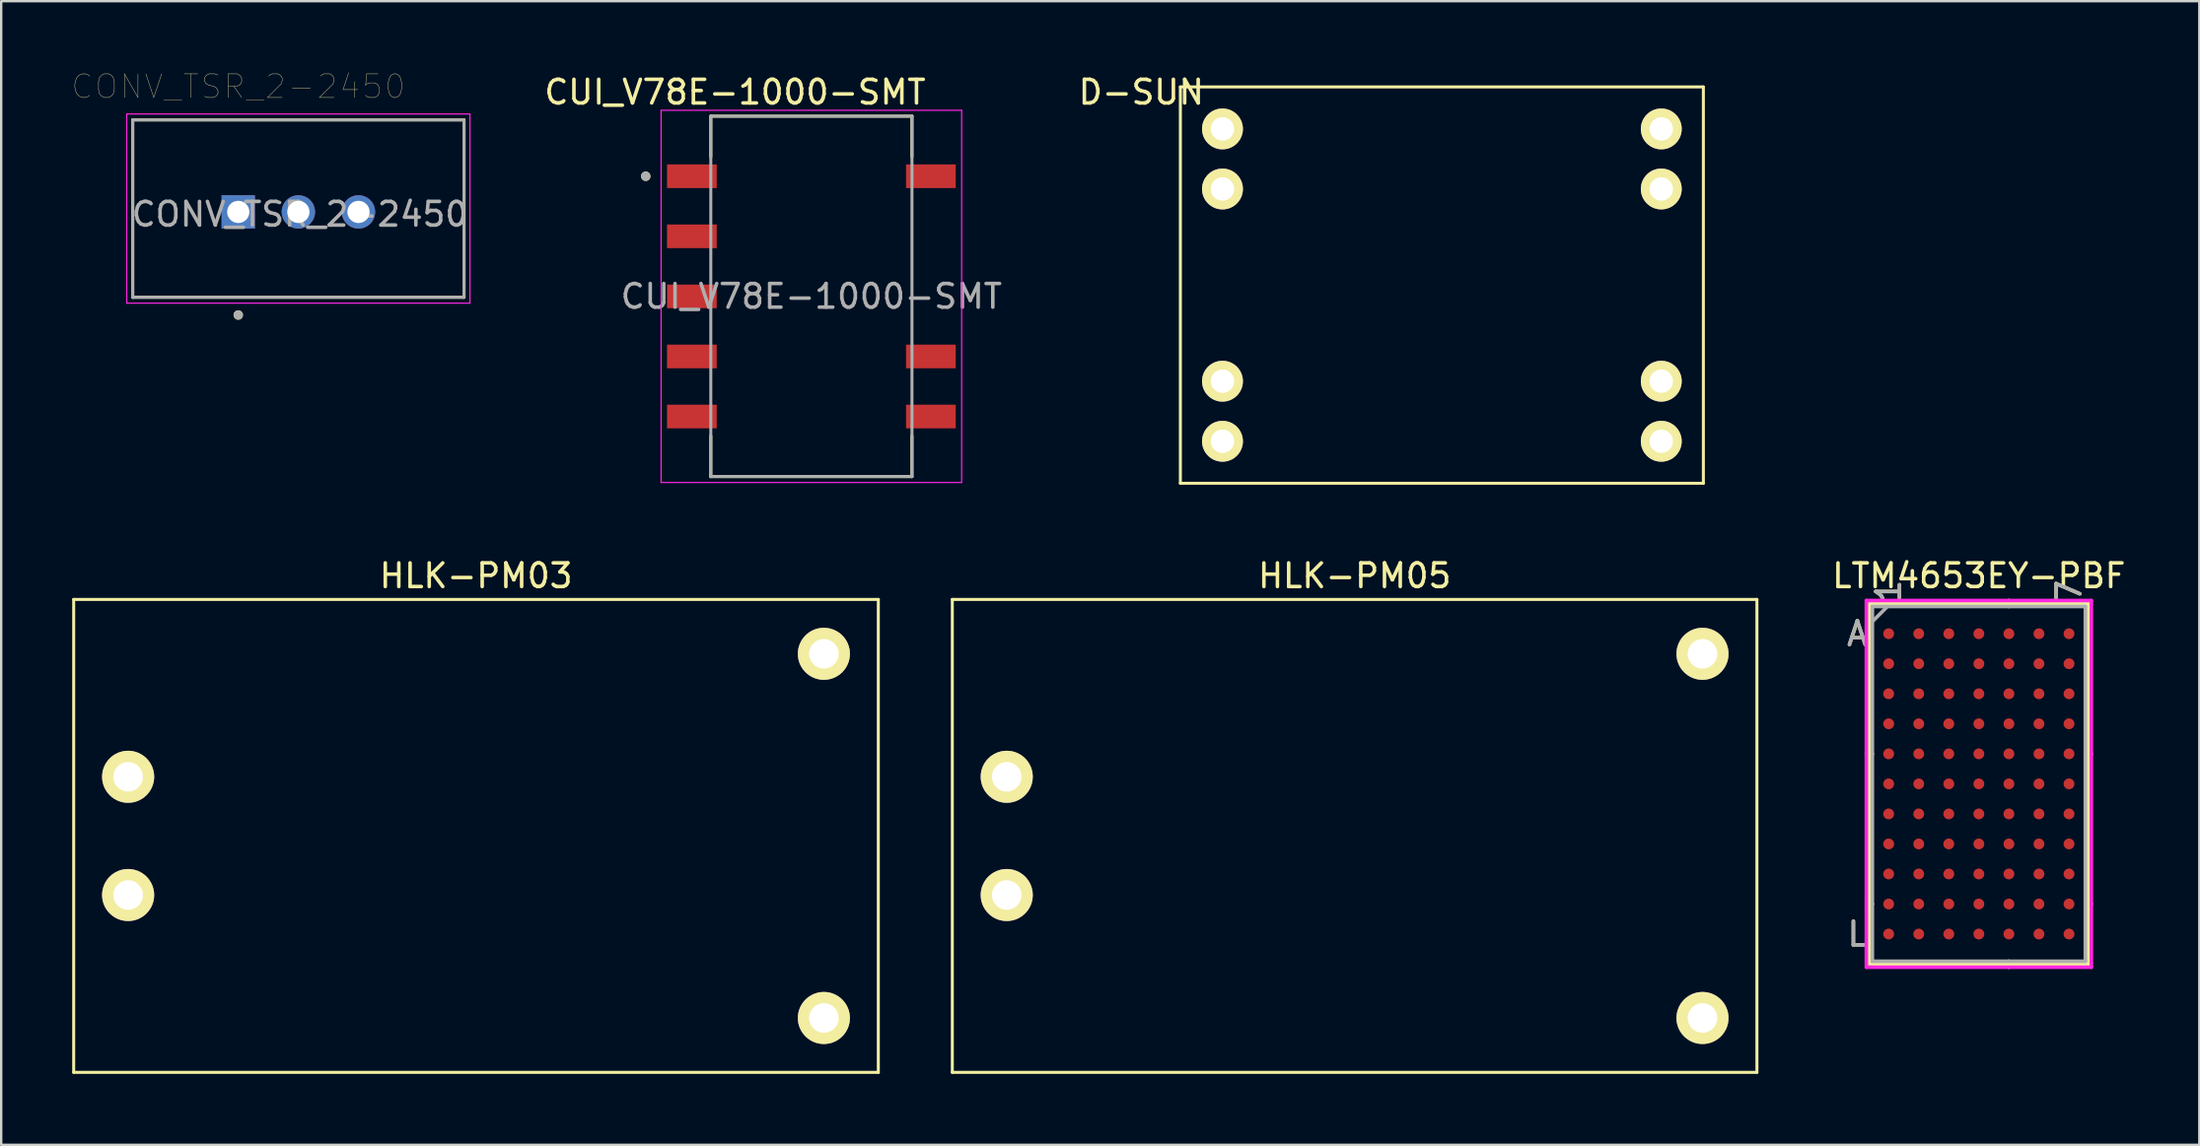
<source format=kicad_pcb>
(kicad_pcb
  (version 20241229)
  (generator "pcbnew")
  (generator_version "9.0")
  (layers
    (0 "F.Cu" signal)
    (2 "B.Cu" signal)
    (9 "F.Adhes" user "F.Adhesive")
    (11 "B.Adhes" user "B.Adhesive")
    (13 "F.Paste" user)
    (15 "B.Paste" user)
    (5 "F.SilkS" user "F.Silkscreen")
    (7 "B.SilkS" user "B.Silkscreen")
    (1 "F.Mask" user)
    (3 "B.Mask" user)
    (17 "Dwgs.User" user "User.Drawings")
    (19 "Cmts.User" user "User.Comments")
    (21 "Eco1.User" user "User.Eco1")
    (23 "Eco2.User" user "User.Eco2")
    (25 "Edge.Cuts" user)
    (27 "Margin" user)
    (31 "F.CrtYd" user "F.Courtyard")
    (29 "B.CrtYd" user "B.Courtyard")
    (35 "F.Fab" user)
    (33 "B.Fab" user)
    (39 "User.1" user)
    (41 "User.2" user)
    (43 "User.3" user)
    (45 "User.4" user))
  (footprint "CONV_TSR_2-2450"
    (layer "F.Cu")
    (at 7.018 5.911)
    (property "Reference" "CONV_TSR_2-2450" (at 0 -5.3 0) (layer "F.SilkS") (effects (font (size 1 1) (thickness 0.015))))
    (attr through_hole)
    (fp_line (start -4.46 -3.89) (end 9.54 -3.89) (stroke (width 0.127) (type solid)) (layer "F.SilkS"))
    (fp_line (start -4.46 3.61) (end -4.46 -3.89) (stroke (width 0.127) (type solid)) (layer "F.SilkS"))
    (fp_line (start 9.54 -3.89) (end 9.54 3.61) (stroke (width 0.127) (type solid)) (layer "F.SilkS"))
    (fp_line (start 9.54 3.61) (end -4.46 3.61) (stroke (width 0.127) (type solid)) (layer "F.SilkS"))
    (fp_circle (center 0 4.36) (end 0.1 4.36) (stroke (width 0.2) (type solid)) (fill no) (layer "F.SilkS"))
    (fp_line (start -4.71 -4.14) (end 9.79 -4.14) (stroke (width 0.05) (type solid)) (layer "F.CrtYd"))
    (fp_line (start -4.71 3.86) (end -4.71 -4.14) (stroke (width 0.05) (type solid)) (layer "F.CrtYd"))
    (fp_line (start 9.79 -4.14) (end 9.79 3.86) (stroke (width 0.05) (type solid)) (layer "F.CrtYd"))
    (fp_line (start 9.79 3.86) (end -4.71 3.86) (stroke (width 0.05) (type solid)) (layer "F.CrtYd"))
    (fp_line (start -4.46 -3.89) (end 9.54 -3.89) (stroke (width 0.127) (type solid)) (layer "F.Fab"))
    (fp_line (start -4.46 3.61) (end -4.46 -3.89) (stroke (width 0.127) (type solid)) (layer "F.Fab"))
    (fp_line (start 9.54 -3.89) (end 9.54 3.61) (stroke (width 0.127) (type solid)) (layer "F.Fab"))
    (fp_line (start 9.54 3.61) (end -4.46 3.61) (stroke (width 0.127) (type solid)) (layer "F.Fab"))
    (fp_circle (center 0 4.36) (end 0.1 4.36) (stroke (width 0.2) (type solid)) (fill no) (layer "F.Fab"))
    (fp_text user "${REFERENCE}" (at 2.6 0.1 0) (layer "F.Fab") (effects (font (size 1 1) (thickness 0.15))))
    (pad "1" thru_hole rect (at 0 0) (size 1.41 1.41) (drill 0.94) (layers "*.Cu" "*.Mask"))
    (pad "2" thru_hole circle (at 2.54 0) (size 1.41 1.41) (drill 0.94) (layers "*.Cu" "*.Mask"))
    (pad "3" thru_hole circle (at 5.08 0) (size 1.41 1.41) (drill 0.94) (layers "*.Cu" "*.Mask")))
  (footprint "LTM4653EY-PBF"
    (layer "F.Cu")
    (at 80.569 30.098)
    (property "Reference" "LTM4653EY-PBF" (at 0 -8.8 0) (layer "F.SilkS") (effects (font (size 1 1) (thickness 0.15))))
    (attr through_hole)
    (fp_line (start -4.627 -7.627) (end -4.627 7.627) (stroke (width 0.152) (type solid)) (layer "F.SilkS"))
    (fp_line (start -4.627 7.627) (end 4.627 7.627) (stroke (width 0.152) (type solid)) (layer "F.SilkS"))
    (fp_line (start -4.5 -1.27) (end -4.754 -1.27) (stroke (width 0.152) (type solid)) (layer "F.SilkS"))
    (fp_line (start -4.5 5.08) (end -4.754 5.08) (stroke (width 0.152) (type solid)) (layer "F.SilkS"))
    (fp_line (start 1.27 -7.5) (end 1.27 -7.754) (stroke (width 0.152) (type solid)) (layer "F.SilkS"))
    (fp_line (start 1.27 7.5) (end 1.27 7.754) (stroke (width 0.152) (type solid)) (layer "F.SilkS"))
    (fp_line (start 4.5 -1.27) (end 4.754 -1.27) (stroke (width 0.152) (type solid)) (layer "F.SilkS"))
    (fp_line (start 4.5 5.08) (end 4.754 5.08) (stroke (width 0.152) (type solid)) (layer "F.SilkS"))
    (fp_line (start 4.627 -7.627) (end -4.627 -7.627) (stroke (width 0.152) (type solid)) (layer "F.SilkS"))
    (fp_line (start 4.627 7.627) (end 4.627 -7.627) (stroke (width 0.152) (type solid)) (layer "F.SilkS"))
    (fp_line (start -4.754 -7.754) (end 4.754 -7.754) (stroke (width 0.152) (type solid)) (layer "F.CrtYd"))
    (fp_line (start -4.754 7.754) (end -4.754 -7.754) (stroke (width 0.152) (type solid)) (layer "F.CrtYd"))
    (fp_line (start 4.754 -7.754) (end 4.754 7.754) (stroke (width 0.152) (type solid)) (layer "F.CrtYd"))
    (fp_line (start 4.754 7.754) (end -4.754 7.754) (stroke (width 0.152) (type solid)) (layer "F.CrtYd"))
    (fp_line (start -4.5 -7.5) (end -4.5 7.5) (stroke (width 0.152) (type solid)) (layer "F.Fab"))
    (fp_line (start -4.5 7.5) (end 4.5 7.5) (stroke (width 0.152) (type solid)) (layer "F.Fab"))
    (fp_line (start -3.865 -7.5) (end -4.5 -6.865) (stroke (width 0.152) (type solid)) (layer "F.Fab"))
    (fp_line (start 4.5 -7.5) (end -4.5 -7.5) (stroke (width 0.152) (type solid)) (layer "F.Fab"))
    (fp_line (start 4.5 7.5) (end 4.5 -7.5) (stroke (width 0.152) (type solid)) (layer "F.Fab"))
    (fp_text user "L" (at -5.135 6.35 0) (layer "F.SilkS") (effects (font (size 1 1) (thickness 0.15))))
    (fp_text user "7" (at 3.81 -8.135 90) (layer "F.SilkS") (effects (font (size 1 1) (thickness 0.15))))
    (fp_text user "A" (at -5.135 -6.35 0) (layer "F.SilkS") (effects (font (size 1 1) (thickness 0.15))))
    (fp_text user "1" (at -3.81 -8.135 90) (layer "F.SilkS") (effects (font (size 1 1) (thickness 0.15))))
    (fp_text user "7" (at 3.81 -8.135 90) (layer "F.Fab") (effects (font (size 1 1) (thickness 0.15))))
    (fp_text user "A" (at -5.135 -6.35 0) (layer "F.Fab") (effects (font (size 1 1) (thickness 0.15))))
    (fp_text user "1" (at -3.81 -8.135 90) (layer "F.Fab") (effects (font (size 1 1) (thickness 0.15))))
    (fp_text user "L" (at -5.135 6.35 0) (layer "F.Fab") (effects (font (size 1 1) (thickness 0.15))))
    (pad "A1" smd circle (at -3.81 -6.35) (size 0.457 0.457) (layers "F.Cu" "F.Mask" "F.Paste"))
    (pad "A2" smd circle (at -2.54 -6.35) (size 0.457 0.457) (layers "F.Cu" "F.Mask" "F.Paste"))
    (pad "A3" smd circle (at -1.27 -6.35) (size 0.457 0.457) (layers "F.Cu" "F.Mask" "F.Paste"))
    (pad "A4" smd circle (at 0 -6.35) (size 0.457 0.457) (layers "F.Cu" "F.Mask" "F.Paste"))
    (pad "A5" smd circle (at 1.27 -6.35) (size 0.457 0.457) (layers "F.Cu" "F.Mask" "F.Paste"))
    (pad "A6" smd circle (at 2.54 -6.35) (size 0.457 0.457) (layers "F.Cu" "F.Mask" "F.Paste"))
    (pad "A7" smd circle (at 3.81 -6.35) (size 0.457 0.457) (layers "F.Cu" "F.Mask" "F.Paste"))
    (pad "B1" smd circle (at -3.81 -5.08) (size 0.457 0.457) (layers "F.Cu" "F.Mask" "F.Paste"))
    (pad "B2" smd circle (at -2.54 -5.08) (size 0.457 0.457) (layers "F.Cu" "F.Mask" "F.Paste"))
    (pad "B3" smd circle (at -1.27 -5.08) (size 0.457 0.457) (layers "F.Cu" "F.Mask" "F.Paste"))
    (pad "B4" smd circle (at 0 -5.08) (size 0.457 0.457) (layers "F.Cu" "F.Mask" "F.Paste"))
    (pad "B5" smd circle (at 1.27 -5.08) (size 0.457 0.457) (layers "F.Cu" "F.Mask" "F.Paste"))
    (pad "B6" smd circle (at 2.54 -5.08) (size 0.457 0.457) (layers "F.Cu" "F.Mask" "F.Paste"))
    (pad "B7" smd circle (at 3.81 -5.08) (size 0.457 0.457) (layers "F.Cu" "F.Mask" "F.Paste"))
    (pad "C1" smd circle (at -3.81 -3.81) (size 0.457 0.457) (layers "F.Cu" "F.Mask" "F.Paste"))
    (pad "C2" smd circle (at -2.54 -3.81) (size 0.457 0.457) (layers "F.Cu" "F.Mask" "F.Paste"))
    (pad "C3" smd circle (at -1.27 -3.81) (size 0.457 0.457) (layers "F.Cu" "F.Mask" "F.Paste"))
    (pad "C4" smd circle (at 0 -3.81) (size 0.457 0.457) (layers "F.Cu" "F.Mask" "F.Paste"))
    (pad "C5" smd circle (at 1.27 -3.81) (size 0.457 0.457) (layers "F.Cu" "F.Mask" "F.Paste"))
    (pad "C6" smd circle (at 2.54 -3.81) (size 0.457 0.457) (layers "F.Cu" "F.Mask" "F.Paste"))
    (pad "C7" smd circle (at 3.81 -3.81) (size 0.457 0.457) (layers "F.Cu" "F.Mask" "F.Paste"))
    (pad "D1" smd circle (at -3.81 -2.54) (size 0.457 0.457) (layers "F.Cu" "F.Mask" "F.Paste"))
    (pad "D2" smd circle (at -2.54 -2.54) (size 0.457 0.457) (layers "F.Cu" "F.Mask" "F.Paste"))
    (pad "D3" smd circle (at -1.27 -2.54) (size 0.457 0.457) (layers "F.Cu" "F.Mask" "F.Paste"))
    (pad "D4" smd circle (at 0 -2.54) (size 0.457 0.457) (layers "F.Cu" "F.Mask" "F.Paste"))
    (pad "D5" smd circle (at 1.27 -2.54) (size 0.457 0.457) (layers "F.Cu" "F.Mask" "F.Paste"))
    (pad "D6" smd circle (at 2.54 -2.54) (size 0.457 0.457) (layers "F.Cu" "F.Mask" "F.Paste"))
    (pad "D7" smd circle (at 3.81 -2.54) (size 0.457 0.457) (layers "F.Cu" "F.Mask" "F.Paste"))
    (pad "E1" smd circle (at -3.81 -1.27) (size 0.457 0.457) (layers "F.Cu" "F.Mask" "F.Paste"))
    (pad "E2" smd circle (at -2.54 -1.27) (size 0.457 0.457) (layers "F.Cu" "F.Mask" "F.Paste"))
    (pad "E3" smd circle (at -1.27 -1.27) (size 0.457 0.457) (layers "F.Cu" "F.Mask" "F.Paste"))
    (pad "E4" smd circle (at 0 -1.27) (size 0.457 0.457) (layers "F.Cu" "F.Mask" "F.Paste"))
    (pad "E5" smd circle (at 1.27 -1.27) (size 0.457 0.457) (layers "F.Cu" "F.Mask" "F.Paste"))
    (pad "E6" smd circle (at 2.54 -1.27) (size 0.457 0.457) (layers "F.Cu" "F.Mask" "F.Paste"))
    (pad "E7" smd circle (at 3.81 -1.27) (size 0.457 0.457) (layers "F.Cu" "F.Mask" "F.Paste"))
    (pad "F1" smd circle (at -3.81 0) (size 0.457 0.457) (layers "F.Cu" "F.Mask" "F.Paste"))
    (pad "F2" smd circle (at -2.54 0) (size 0.457 0.457) (layers "F.Cu" "F.Mask" "F.Paste"))
    (pad "F3" smd circle (at -1.27 0) (size 0.457 0.457) (layers "F.Cu" "F.Mask" "F.Paste"))
    (pad "F4" smd circle (at 0 0) (size 0.457 0.457) (layers "F.Cu" "F.Mask" "F.Paste"))
    (pad "F5" smd circle (at 1.27 0) (size 0.457 0.457) (layers "F.Cu" "F.Mask" "F.Paste"))
    (pad "F6" smd circle (at 2.54 0) (size 0.457 0.457) (layers "F.Cu" "F.Mask" "F.Paste"))
    (pad "F7" smd circle (at 3.81 0) (size 0.457 0.457) (layers "F.Cu" "F.Mask" "F.Paste"))
    (pad "G1" smd circle (at -3.81 1.27) (size 0.457 0.457) (layers "F.Cu" "F.Mask" "F.Paste"))
    (pad "G2" smd circle (at -2.54 1.27) (size 0.457 0.457) (layers "F.Cu" "F.Mask" "F.Paste"))
    (pad "G3" smd circle (at -1.27 1.27) (size 0.457 0.457) (layers "F.Cu" "F.Mask" "F.Paste"))
    (pad "G4" smd circle (at 0 1.27) (size 0.457 0.457) (layers "F.Cu" "F.Mask" "F.Paste"))
    (pad "G5" smd circle (at 1.27 1.27) (size 0.457 0.457) (layers "F.Cu" "F.Mask" "F.Paste"))
    (pad "G6" smd circle (at 2.54 1.27) (size 0.457 0.457) (layers "F.Cu" "F.Mask" "F.Paste"))
    (pad "G7" smd circle (at 3.81 1.27) (size 0.457 0.457) (layers "F.Cu" "F.Mask" "F.Paste"))
    (pad "H1" smd circle (at -3.81 2.54) (size 0.457 0.457) (layers "F.Cu" "F.Mask" "F.Paste"))
    (pad "H2" smd circle (at -2.54 2.54) (size 0.457 0.457) (layers "F.Cu" "F.Mask" "F.Paste"))
    (pad "H3" smd circle (at -1.27 2.54) (size 0.457 0.457) (layers "F.Cu" "F.Mask" "F.Paste"))
    (pad "H4" smd circle (at 0 2.54) (size 0.457 0.457) (layers "F.Cu" "F.Mask" "F.Paste"))
    (pad "H5" smd circle (at 1.27 2.54) (size 0.457 0.457) (layers "F.Cu" "F.Mask" "F.Paste"))
    (pad "H6" smd circle (at 2.54 2.54) (size 0.457 0.457) (layers "F.Cu" "F.Mask" "F.Paste"))
    (pad "H7" smd circle (at 3.81 2.54) (size 0.457 0.457) (layers "F.Cu" "F.Mask" "F.Paste"))
    (pad "J1" smd circle (at -3.81 3.81) (size 0.457 0.457) (layers "F.Cu" "F.Mask" "F.Paste"))
    (pad "J2" smd circle (at -2.54 3.81) (size 0.457 0.457) (layers "F.Cu" "F.Mask" "F.Paste"))
    (pad "J3" smd circle (at -1.27 3.81) (size 0.457 0.457) (layers "F.Cu" "F.Mask" "F.Paste"))
    (pad "J4" smd circle (at 0 3.81) (size 0.457 0.457) (layers "F.Cu" "F.Mask" "F.Paste"))
    (pad "J5" smd circle (at 1.27 3.81) (size 0.457 0.457) (layers "F.Cu" "F.Mask" "F.Paste"))
    (pad "J6" smd circle (at 2.54 3.81) (size 0.457 0.457) (layers "F.Cu" "F.Mask" "F.Paste"))
    (pad "J7" smd circle (at 3.81 3.81) (size 0.457 0.457) (layers "F.Cu" "F.Mask" "F.Paste"))
    (pad "K1" smd circle (at -3.81 5.08) (size 0.457 0.457) (layers "F.Cu" "F.Mask" "F.Paste"))
    (pad "K2" smd circle (at -2.54 5.08) (size 0.457 0.457) (layers "F.Cu" "F.Mask" "F.Paste"))
    (pad "K3" smd circle (at -1.27 5.08) (size 0.457 0.457) (layers "F.Cu" "F.Mask" "F.Paste"))
    (pad "K4" smd circle (at 0 5.08) (size 0.457 0.457) (layers "F.Cu" "F.Mask" "F.Paste"))
    (pad "K5" smd circle (at 1.27 5.08) (size 0.457 0.457) (layers "F.Cu" "F.Mask" "F.Paste"))
    (pad "K6" smd circle (at 2.54 5.08) (size 0.457 0.457) (layers "F.Cu" "F.Mask" "F.Paste"))
    (pad "K7" smd circle (at 3.81 5.08) (size 0.457 0.457) (layers "F.Cu" "F.Mask" "F.Paste"))
    (pad "L1" smd circle (at -3.81 6.35) (size 0.457 0.457) (layers "F.Cu" "F.Mask" "F.Paste"))
    (pad "L2" smd circle (at -2.54 6.35) (size 0.457 0.457) (layers "F.Cu" "F.Mask" "F.Paste"))
    (pad "L3" smd circle (at -1.27 6.35) (size 0.457 0.457) (layers "F.Cu" "F.Mask" "F.Paste"))
    (pad "L4" smd circle (at 0 6.35) (size 0.457 0.457) (layers "F.Cu" "F.Mask" "F.Paste"))
    (pad "L5" smd circle (at 1.27 6.35) (size 0.457 0.457) (layers "F.Cu" "F.Mask" "F.Paste"))
    (pad "L6" smd circle (at 2.54 6.35) (size 0.457 0.457) (layers "F.Cu" "F.Mask" "F.Paste"))
    (pad "L7" smd circle (at 3.81 6.35) (size 0.457 0.457) (layers "F.Cu" "F.Mask" "F.Paste")))
  (footprint "HLK-PM05"
    (layer "F.Cu")
    (at 54.191 32.298)
    (property "Reference" "HLK-PM05" (at 0 -11 0) (layer "F.SilkS") (effects (font (size 1 1) (thickness 0.15))))
    (attr through_hole)
    (fp_line (start -17 -10) (end -17 10) (stroke (width 0.127) (type solid)) (layer "F.SilkS"))
    (fp_line (start -17 10) (end 17 10) (stroke (width 0.127) (type solid)) (layer "F.SilkS"))
    (fp_line (start 17 -10) (end -17 -10) (stroke (width 0.127) (type solid)) (layer "F.SilkS"))
    (fp_line (start 17 10) (end 17 -10) (stroke (width 0.127) (type solid)) (layer "F.SilkS"))
    (pad "1" thru_hole circle (at -14.7 -2.5) (size 2.2 2.2) (drill 1.25) (layers "*.Cu" "*.Mask" "F.SilkS"))
    (pad "2" thru_hole circle (at -14.7 2.5) (size 2.2 2.2) (drill 1.25) (layers "*.Cu" "*.Mask" "F.SilkS"))
    (pad "3" thru_hole circle (at 14.7 -7.7) (size 2.2 2.2) (drill 1.25) (layers "*.Cu" "*.Mask" "F.SilkS"))
    (pad "4" thru_hole circle (at 14.7 7.7) (size 2.2 2.2) (drill 1.25) (layers "*.Cu" "*.Mask" "F.SilkS")))
  (footprint "CUI_V78E-1000-SMT"
    (layer "F.Cu")
    (at 31.236 9.483)
    (property "Reference" "CUI_V78E-1000-SMT" (at -3.225 -8.635 0) (layer "F.SilkS") (effects (font (size 1 1) (thickness 0.15))))
    (attr through_hole)
    (fp_line (start -4.25 -7.62) (end 4.25 -7.62) (stroke (width 0.127) (type solid)) (layer "F.SilkS"))
    (fp_line (start -4.25 -5.9) (end -4.25 -7.62) (stroke (width 0.127) (type solid)) (layer "F.SilkS"))
    (fp_line (start -4.25 7.62) (end -4.25 5.9) (stroke (width 0.127) (type solid)) (layer "F.SilkS"))
    (fp_line (start 4.25 -7.62) (end 4.25 -5.9) (stroke (width 0.127) (type solid)) (layer "F.SilkS"))
    (fp_line (start 4.25 5.9) (end 4.25 7.62) (stroke (width 0.127) (type solid)) (layer "F.SilkS"))
    (fp_line (start 4.25 7.62) (end -4.25 7.62) (stroke (width 0.127) (type solid)) (layer "F.SilkS"))
    (fp_circle (center -7 -5.08) (end -6.9 -5.08) (stroke (width 0.2) (type solid)) (fill no) (layer "F.SilkS"))
    (fp_line (start -6.35 -7.87) (end 6.35 -7.87) (stroke (width 0.05) (type solid)) (layer "F.CrtYd"))
    (fp_line (start -6.35 7.87) (end -6.35 -7.87) (stroke (width 0.05) (type solid)) (layer "F.CrtYd"))
    (fp_line (start 6.35 -7.87) (end 6.35 7.87) (stroke (width 0.05) (type solid)) (layer "F.CrtYd"))
    (fp_line (start 6.35 7.87) (end -6.35 7.87) (stroke (width 0.05) (type solid)) (layer "F.CrtYd"))
    (fp_line (start -4.25 -7.62) (end 4.25 -7.62) (stroke (width 0.127) (type solid)) (layer "F.Fab"))
    (fp_line (start -4.25 7.62) (end -4.25 -7.62) (stroke (width 0.127) (type solid)) (layer "F.Fab"))
    (fp_line (start 4.25 -7.62) (end 4.25 7.62) (stroke (width 0.127) (type solid)) (layer "F.Fab"))
    (fp_line (start 4.25 7.62) (end -4.25 7.62) (stroke (width 0.127) (type solid)) (layer "F.Fab"))
    (fp_circle (center -7 -5.08) (end -6.9 -5.08) (stroke (width 0.2) (type solid)) (fill no) (layer "F.Fab"))
    (fp_text user "${REFERENCE}" (at 0 0 0) (layer "F.Fab") (effects (font (size 1 1) (thickness 0.15))))
    (pad "1" smd rect (at -5.05 -5.08) (size 2.1 1) (layers "F.Cu" "F.Mask" "F.Paste"))
    (pad "2" smd rect (at -5.05 -2.54) (size 2.1 1) (layers "F.Cu" "F.Mask" "F.Paste"))
    (pad "3" smd rect (at -5.05 0) (size 2.1 1) (layers "F.Cu" "F.Mask" "F.Paste"))
    (pad "4" smd rect (at -5.05 2.54) (size 2.1 1) (layers "F.Cu" "F.Mask" "F.Paste"))
    (pad "5" smd rect (at -5.05 5.08) (size 2.1 1) (layers "F.Cu" "F.Mask" "F.Paste"))
    (pad "6" smd rect (at 5.05 5.08) (size 2.1 1) (layers "F.Cu" "F.Mask" "F.Paste"))
    (pad "7" smd rect (at 5.05 2.54) (size 2.1 1) (layers "F.Cu" "F.Mask" "F.Paste"))
    (pad "10" smd rect (at 5.05 -5.08) (size 2.1 1) (layers "F.Cu" "F.Mask" "F.Paste")))
  (footprint "HLK-PM03"
    (layer "F.Cu")
    (at 17.064 32.298)
    (property "Reference" "HLK-PM03" (at 0 -11 0) (layer "F.SilkS") (effects (font (size 1 1) (thickness 0.15))))
    (attr through_hole)
    (fp_line (start -17 -10) (end -17 10) (stroke (width 0.127) (type solid)) (layer "F.SilkS"))
    (fp_line (start -17 10) (end 17 10) (stroke (width 0.127) (type solid)) (layer "F.SilkS"))
    (fp_line (start 17 -10) (end -17 -10) (stroke (width 0.127) (type solid)) (layer "F.SilkS"))
    (fp_line (start 17 10) (end 17 -10) (stroke (width 0.127) (type solid)) (layer "F.SilkS"))
    (pad "1" thru_hole circle (at -14.7 -2.5) (size 2.2 2.2) (drill 1.25) (layers "*.Cu" "*.Mask" "F.SilkS"))
    (pad "2" thru_hole circle (at -14.7 2.5) (size 2.2 2.2) (drill 1.25) (layers "*.Cu" "*.Mask" "F.SilkS"))
    (pad "3" thru_hole circle (at 14.7 -7.7) (size 2.2 2.2) (drill 1.25) (layers "*.Cu" "*.Mask" "F.SilkS"))
    (pad "4" thru_hole circle (at 14.7 7.7) (size 2.2 2.2) (drill 1.25) (layers "*.Cu" "*.Mask" "F.SilkS")))
  (footprint "D-SUN"
    (layer "F.Cu")
    (at 57.878 9.006)
    (property "Reference" "D-SUN" (at -12.702 -8.158 180) (layer "F.SilkS") (effects (font (size 1 1) (thickness 0.15))))
    (attr through_hole)
    (fp_line (start -11.05 -8.38) (end -11.05 8.38) (stroke (width 0.127) (type solid)) (layer "F.SilkS"))
    (fp_line (start -11.05 8.38) (end 11.05 8.38) (stroke (width 0.127) (type solid)) (layer "F.SilkS"))
    (fp_line (start 11.05 -8.38) (end -11.05 -8.38) (stroke (width 0.127) (type solid)) (layer "F.SilkS"))
    (fp_line (start 11.05 8.38) (end 11.05 -8.38) (stroke (width 0.127) (type solid)) (layer "F.SilkS"))
    (pad "1" thru_hole circle (at -9.271 -6.604) (size 1.727 1.727) (drill 0.991) (layers "*.Cu" "*.Mask" "F.SilkS"))
    (pad "2" thru_hole circle (at -9.271 -4.064) (size 1.727 1.727) (drill 0.991) (layers "*.Cu" "*.Mask" "F.SilkS"))
    (pad "3" thru_hole circle (at -9.271 4.064) (size 1.727 1.727) (drill 0.991) (layers "*.Cu" "*.Mask" "F.SilkS"))
    (pad "4" thru_hole circle (at -9.271 6.604) (size 1.727 1.727) (drill 0.991) (layers "*.Cu" "*.Mask" "F.SilkS"))
    (pad "5" thru_hole circle (at 9.271 -6.604) (size 1.727 1.727) (drill 0.991) (layers "*.Cu" "*.Mask" "F.SilkS"))
    (pad "6" thru_hole circle (at 9.271 -4.064) (size 1.727 1.727) (drill 0.991) (layers "*.Cu" "*.Mask" "F.SilkS"))
    (pad "7" thru_hole circle (at 9.271 4.064) (size 1.727 1.727) (drill 0.991) (layers "*.Cu" "*.Mask" "F.SilkS"))
    (pad "8" thru_hole circle (at 9.271 6.604) (size 1.727 1.727) (drill 0.991) (layers "*.Cu" "*.Mask" "F.SilkS")))
  (gr_rect
    (start -3 -3)
    (end 89.885 45.361)
    (stroke (width 0.1) (type default))
    (fill no)
    (layer "Edge.Cuts")))
</source>
